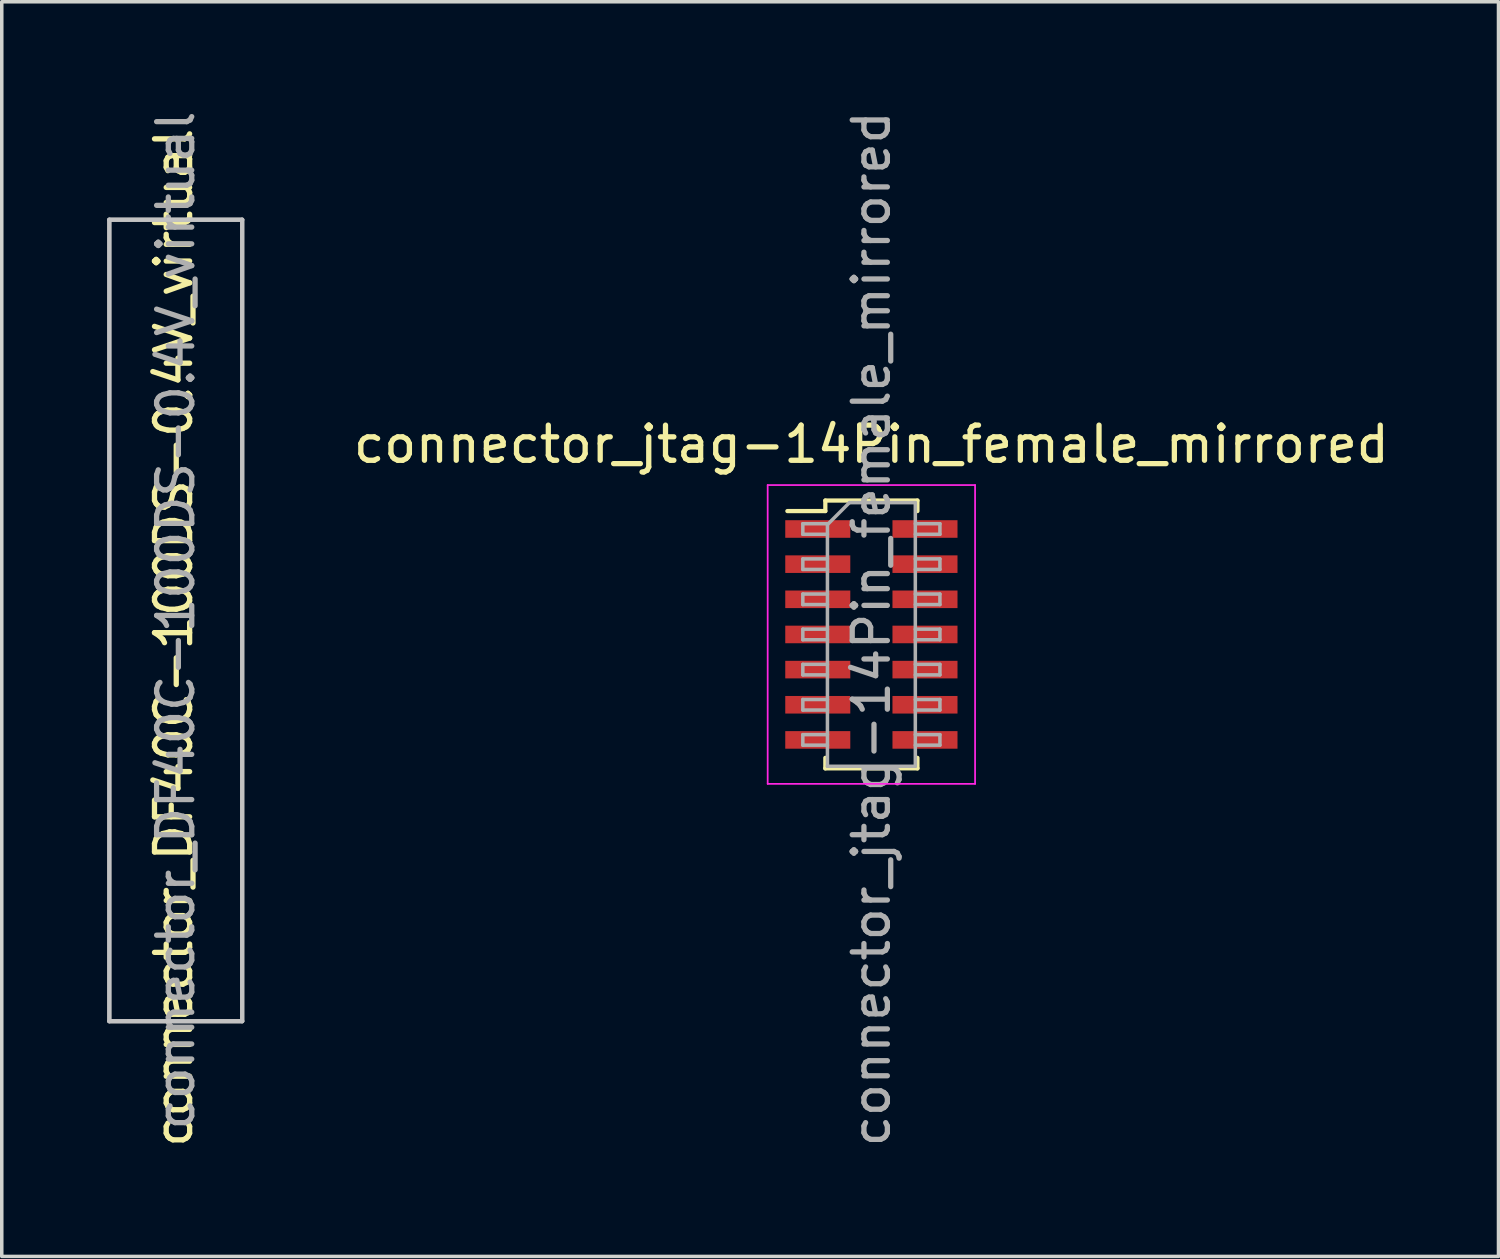
<source format=kicad_pcb>
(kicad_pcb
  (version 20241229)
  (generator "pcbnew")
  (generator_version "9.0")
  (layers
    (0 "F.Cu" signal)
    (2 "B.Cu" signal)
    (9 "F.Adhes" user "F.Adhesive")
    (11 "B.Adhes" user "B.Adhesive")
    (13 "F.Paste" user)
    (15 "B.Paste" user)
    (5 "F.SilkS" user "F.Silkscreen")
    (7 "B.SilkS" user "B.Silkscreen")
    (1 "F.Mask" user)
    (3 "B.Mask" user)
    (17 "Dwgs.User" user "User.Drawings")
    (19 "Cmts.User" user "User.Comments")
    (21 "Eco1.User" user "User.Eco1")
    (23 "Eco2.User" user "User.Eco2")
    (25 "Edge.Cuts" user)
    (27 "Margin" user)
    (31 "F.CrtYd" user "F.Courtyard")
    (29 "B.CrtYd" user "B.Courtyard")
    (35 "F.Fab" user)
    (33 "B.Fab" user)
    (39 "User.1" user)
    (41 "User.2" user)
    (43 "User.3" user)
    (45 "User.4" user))
  (footprint "connector_jtag-14Pin_female_mirrored"
    (layer "F.Cu")
    (at 21.689 15.019)
    (property "Reference" "connector_jtag-14Pin_female_mirrored" (at 0.05 -5.43 0) (layer "F.SilkS") (effects (font (size 1 1) (thickness 0.15))))
    (attr smd)
    (fp_line (start -1.26 -3.83) (end -1.26 -3.53) (stroke (width 0.12) (type solid)) (layer "F.SilkS"))
    (fp_line (start -1.26 -3.53) (end -2.34 -3.53) (stroke (width 0.12) (type solid)) (layer "F.SilkS"))
    (fp_line (start -1.26 3.49) (end -1.26 3.79) (stroke (width 0.12) (type solid)) (layer "F.SilkS"))
    (fp_line (start 1.36 -3.83) (end -1.26 -3.83) (stroke (width 0.12) (type solid)) (layer "F.SilkS"))
    (fp_line (start 1.36 -3.83) (end 1.36 -3.53) (stroke (width 0.12) (type solid)) (layer "F.SilkS"))
    (fp_line (start 1.36 3.49) (end 1.36 3.79) (stroke (width 0.12) (type solid)) (layer "F.SilkS"))
    (fp_line (start 1.36 3.79) (end -1.26 3.79) (stroke (width 0.12) (type solid)) (layer "F.SilkS"))
    (fp_line (start -2.9 -4.27) (end -2.9 4.23) (stroke (width 0.05) (type solid)) (layer "F.CrtYd"))
    (fp_line (start -2.9 4.23) (end 3 4.23) (stroke (width 0.05) (type solid)) (layer "F.CrtYd"))
    (fp_line (start 3 -4.27) (end -2.9 -4.27) (stroke (width 0.05) (type solid)) (layer "F.CrtYd"))
    (fp_line (start 3 4.23) (end 3 -4.27) (stroke (width 0.05) (type solid)) (layer "F.CrtYd"))
    (fp_line (start -1.9 -3.17) (end -1.9 -2.87) (stroke (width 0.1) (type solid)) (layer "F.Fab"))
    (fp_line (start -1.9 -2.87) (end -1.2 -2.87) (stroke (width 0.1) (type solid)) (layer "F.Fab"))
    (fp_line (start -1.9 -2.17) (end -1.9 -1.87) (stroke (width 0.1) (type solid)) (layer "F.Fab"))
    (fp_line (start -1.9 -1.87) (end -1.2 -1.87) (stroke (width 0.1) (type solid)) (layer "F.Fab"))
    (fp_line (start -1.9 -1.17) (end -1.9 -0.87) (stroke (width 0.1) (type solid)) (layer "F.Fab"))
    (fp_line (start -1.9 -0.87) (end -1.2 -0.87) (stroke (width 0.1) (type solid)) (layer "F.Fab"))
    (fp_line (start -1.9 -0.17) (end -1.9 0.13) (stroke (width 0.1) (type solid)) (layer "F.Fab"))
    (fp_line (start -1.9 0.13) (end -1.2 0.13) (stroke (width 0.1) (type solid)) (layer "F.Fab"))
    (fp_line (start -1.9 0.83) (end -1.9 1.13) (stroke (width 0.1) (type solid)) (layer "F.Fab"))
    (fp_line (start -1.9 1.13) (end -1.2 1.13) (stroke (width 0.1) (type solid)) (layer "F.Fab"))
    (fp_line (start -1.9 1.83) (end -1.9 2.13) (stroke (width 0.1) (type solid)) (layer "F.Fab"))
    (fp_line (start -1.9 2.13) (end -1.2 2.13) (stroke (width 0.1) (type solid)) (layer "F.Fab"))
    (fp_line (start -1.9 2.83) (end -1.9 3.13) (stroke (width 0.1) (type solid)) (layer "F.Fab"))
    (fp_line (start -1.9 3.13) (end -1.2 3.13) (stroke (width 0.1) (type solid)) (layer "F.Fab"))
    (fp_line (start -1.2 -3.17) (end -1.9 -3.17) (stroke (width 0.1) (type solid)) (layer "F.Fab"))
    (fp_line (start -1.2 -3.145) (end -1.2 3.73) (stroke (width 0.1) (type solid)) (layer "F.Fab"))
    (fp_line (start -1.2 -2.17) (end -1.9 -2.17) (stroke (width 0.1) (type solid)) (layer "F.Fab"))
    (fp_line (start -1.2 -1.17) (end -1.9 -1.17) (stroke (width 0.1) (type solid)) (layer "F.Fab"))
    (fp_line (start -1.2 -0.17) (end -1.9 -0.17) (stroke (width 0.1) (type solid)) (layer "F.Fab"))
    (fp_line (start -1.2 0.83) (end -1.9 0.83) (stroke (width 0.1) (type solid)) (layer "F.Fab"))
    (fp_line (start -1.2 1.83) (end -1.9 1.83) (stroke (width 0.1) (type solid)) (layer "F.Fab"))
    (fp_line (start -1.2 2.83) (end -1.9 2.83) (stroke (width 0.1) (type solid)) (layer "F.Fab"))
    (fp_line (start -1.2 3.73) (end 1.3 3.73) (stroke (width 0.1) (type solid)) (layer "F.Fab"))
    (fp_line (start -0.575 -3.77) (end -1.2 -3.145) (stroke (width 0.1) (type solid)) (layer "F.Fab"))
    (fp_line (start 1.3 -3.77) (end -0.575 -3.77) (stroke (width 0.1) (type solid)) (layer "F.Fab"))
    (fp_line (start 1.3 -2.87) (end 2 -2.87) (stroke (width 0.1) (type solid)) (layer "F.Fab"))
    (fp_line (start 1.3 -1.87) (end 2 -1.87) (stroke (width 0.1) (type solid)) (layer "F.Fab"))
    (fp_line (start 1.3 -0.87) (end 2 -0.87) (stroke (width 0.1) (type solid)) (layer "F.Fab"))
    (fp_line (start 1.3 0.13) (end 2 0.13) (stroke (width 0.1) (type solid)) (layer "F.Fab"))
    (fp_line (start 1.3 1.13) (end 2 1.13) (stroke (width 0.1) (type solid)) (layer "F.Fab"))
    (fp_line (start 1.3 2.13) (end 2 2.13) (stroke (width 0.1) (type solid)) (layer "F.Fab"))
    (fp_line (start 1.3 3.13) (end 2 3.13) (stroke (width 0.1) (type solid)) (layer "F.Fab"))
    (fp_line (start 1.3 3.73) (end 1.3 -3.77) (stroke (width 0.1) (type solid)) (layer "F.Fab"))
    (fp_line (start 2 -3.17) (end 1.3 -3.17) (stroke (width 0.1) (type solid)) (layer "F.Fab"))
    (fp_line (start 2 -2.87) (end 2 -3.17) (stroke (width 0.1) (type solid)) (layer "F.Fab"))
    (fp_line (start 2 -2.17) (end 1.3 -2.17) (stroke (width 0.1) (type solid)) (layer "F.Fab"))
    (fp_line (start 2 -1.87) (end 2 -2.17) (stroke (width 0.1) (type solid)) (layer "F.Fab"))
    (fp_line (start 2 -1.17) (end 1.3 -1.17) (stroke (width 0.1) (type solid)) (layer "F.Fab"))
    (fp_line (start 2 -0.87) (end 2 -1.17) (stroke (width 0.1) (type solid)) (layer "F.Fab"))
    (fp_line (start 2 -0.17) (end 1.3 -0.17) (stroke (width 0.1) (type solid)) (layer "F.Fab"))
    (fp_line (start 2 0.13) (end 2 -0.17) (stroke (width 0.1) (type solid)) (layer "F.Fab"))
    (fp_line (start 2 0.83) (end 1.3 0.83) (stroke (width 0.1) (type solid)) (layer "F.Fab"))
    (fp_line (start 2 1.13) (end 2 0.83) (stroke (width 0.1) (type solid)) (layer "F.Fab"))
    (fp_line (start 2 1.83) (end 1.3 1.83) (stroke (width 0.1) (type solid)) (layer "F.Fab"))
    (fp_line (start 2 2.13) (end 2 1.83) (stroke (width 0.1) (type solid)) (layer "F.Fab"))
    (fp_line (start 2 2.83) (end 1.3 2.83) (stroke (width 0.1) (type solid)) (layer "F.Fab"))
    (fp_line (start 2 3.13) (end 2 2.83) (stroke (width 0.1) (type solid)) (layer "F.Fab"))
    (fp_text user "${REFERENCE}" (at 0.05 -0.18 90) (layer "F.Fab") (effects (font (size 1 1) (thickness 0.15))))
    (pad "1" smd rect (at -1.475 -3.02) (size 1.85 0.5) (layers "F.Cu" "F.Mask" "F.Paste"))
    (pad "2" smd rect (at 1.575 -3.02) (size 1.85 0.5) (layers "F.Cu" "F.Mask" "F.Paste"))
    (pad "3" smd rect (at -1.475 -2.02) (size 1.85 0.5) (layers "F.Cu" "F.Mask" "F.Paste"))
    (pad "4" smd rect (at 1.575 -2.02) (size 1.85 0.5) (layers "F.Cu" "F.Mask" "F.Paste"))
    (pad "5" smd rect (at -1.475 -1.02) (size 1.85 0.5) (layers "F.Cu" "F.Mask" "F.Paste"))
    (pad "6" smd rect (at 1.575 -1.02) (size 1.85 0.5) (layers "F.Cu" "F.Mask" "F.Paste"))
    (pad "7" smd rect (at -1.475 -0.02) (size 1.85 0.5) (layers "F.Cu" "F.Mask" "F.Paste"))
    (pad "8" smd rect (at 1.575 -0.02) (size 1.85 0.5) (layers "F.Cu" "F.Mask" "F.Paste"))
    (pad "9" smd rect (at -1.475 0.98) (size 1.85 0.5) (layers "F.Cu" "F.Mask" "F.Paste"))
    (pad "10" smd rect (at 1.575 0.98) (size 1.85 0.5) (layers "F.Cu" "F.Mask" "F.Paste"))
    (pad "11" smd rect (at -1.475 1.98) (size 1.85 0.5) (layers "F.Cu" "F.Mask" "F.Paste"))
    (pad "12" smd rect (at 1.575 1.98) (size 1.85 0.5) (layers "F.Cu" "F.Mask" "F.Paste"))
    (pad "13" smd rect (at -1.475 2.98) (size 1.85 0.5) (layers "F.Cu" "F.Mask" "F.Paste"))
    (pad "14" smd rect (at 1.575 2.98) (size 1.85 0.5) (layers "F.Cu" "F.Mask" "F.Paste")))
  (footprint "connector_DF40C-100DS-0.4V_virtual"
    (layer "F.Cu")
    (at 1.95 14.601)
    (property "Reference" "connector_DF40C-100DS-0.4V_virtual" (at -0.06 0.49 90) (layer "F.SilkS") (effects (font (size 1 1) (thickness 0.15))))
    (attr smd)
    (fp_line (start -1.89 -11.4) (end 1.89 -11.4) (stroke (width 0.12) (type solid)) (layer "Dwgs.User"))
    (fp_line (start -1.89 11.4) (end -1.89 -11.4) (stroke (width 0.12) (type solid)) (layer "Dwgs.User"))
    (fp_line (start 1.89 -11.4) (end 1.89 11.4) (stroke (width 0.12) (type solid)) (layer "Dwgs.User"))
    (fp_line (start 1.89 11.4) (end -1.89 11.4) (stroke (width 0.12) (type solid)) (layer "Dwgs.User"))
    (fp_line (start -1.89 -11.4) (end 1.89 -11.4) (stroke (width 0.12) (type solid)) (layer "F.Fab"))
    (fp_line (start -1.89 11.4) (end -1.89 -11.4) (stroke (width 0.12) (type solid)) (layer "F.Fab"))
    (fp_line (start 1.89 -11.4) (end 1.89 11.4) (stroke (width 0.12) (type solid)) (layer "F.Fab"))
    (fp_line (start 1.89 11.4) (end -1.89 11.4) (stroke (width 0.12) (type solid)) (layer "F.Fab"))
    (fp_text user "${REFERENCE}" (at 0 0 90) (layer "F.Fab") (effects (font (size 1 1) (thickness 0.15)))))
  (gr_rect
    (start -3 -3)
    (end 39.579 32.692)
    (stroke (width 0.1) (type default))
    (fill no)
    (layer "Edge.Cuts")))
</source>
